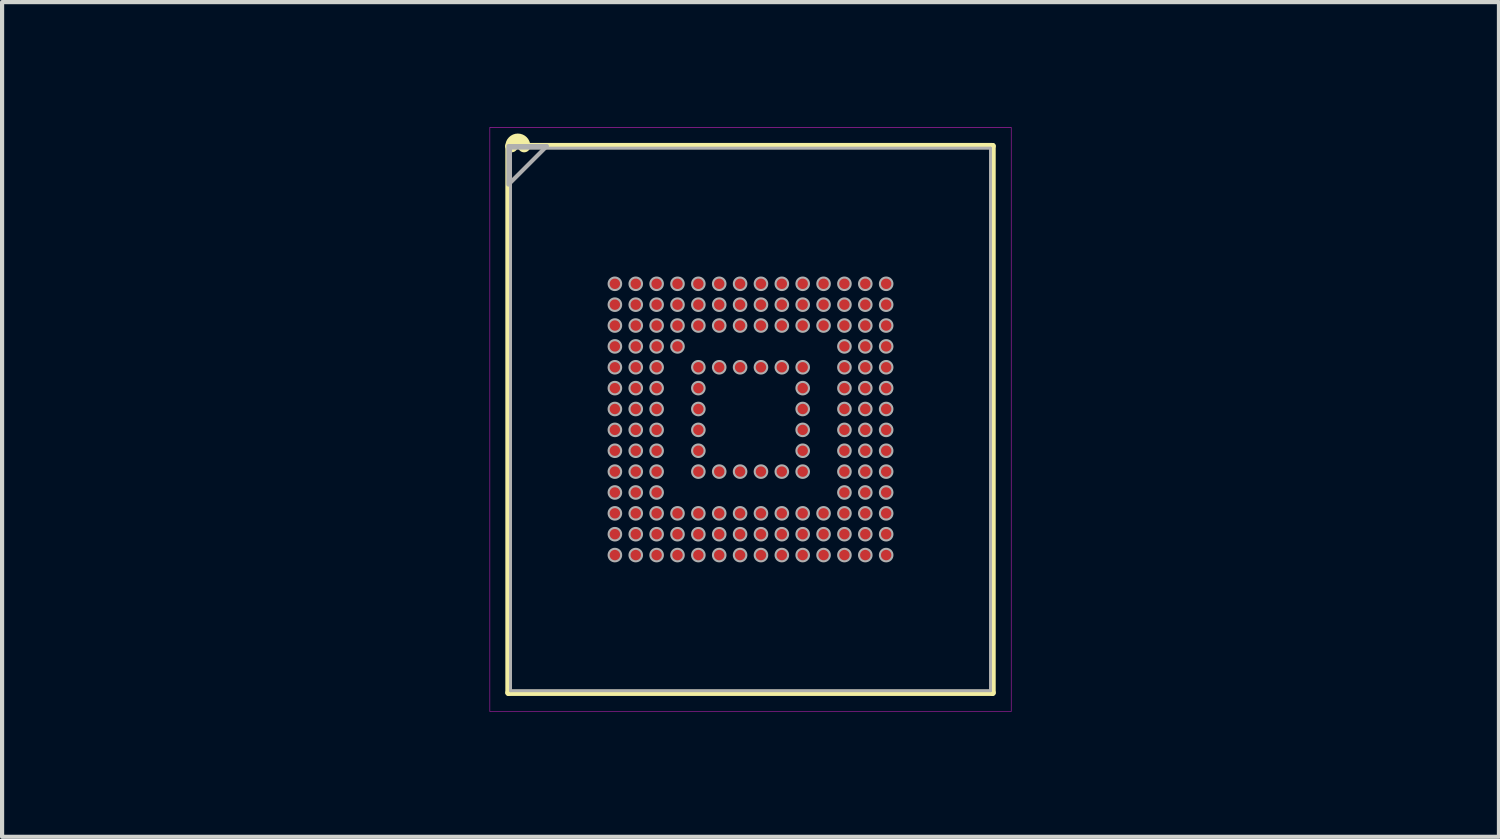
<source format=kicad_pcb>
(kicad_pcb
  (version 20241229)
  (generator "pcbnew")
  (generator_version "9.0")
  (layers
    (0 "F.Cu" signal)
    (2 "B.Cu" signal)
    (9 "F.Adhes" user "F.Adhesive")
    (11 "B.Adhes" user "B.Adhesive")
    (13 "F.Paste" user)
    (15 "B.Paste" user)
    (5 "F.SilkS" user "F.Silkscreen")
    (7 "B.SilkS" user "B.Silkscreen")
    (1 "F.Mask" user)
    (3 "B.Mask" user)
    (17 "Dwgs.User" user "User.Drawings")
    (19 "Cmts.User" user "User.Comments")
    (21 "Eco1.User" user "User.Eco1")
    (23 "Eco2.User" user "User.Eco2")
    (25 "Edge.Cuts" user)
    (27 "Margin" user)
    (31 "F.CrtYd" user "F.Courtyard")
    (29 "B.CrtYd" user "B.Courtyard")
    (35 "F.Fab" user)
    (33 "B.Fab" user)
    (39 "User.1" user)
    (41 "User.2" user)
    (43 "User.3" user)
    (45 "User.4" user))
  (footprint "BGA-153(11.5X13)(EMMC-BA)"
    (layer "F.Cu")
    (at 14.933 7)
    (property "Reference" "BGA-153(11.5X13)(EMMC-BA)" (at 0 0 0) (layer "F.Mask") (effects (font (size 1.275 1.275) (thickness 0.225))))
    (fp_line (start -5.75 -6.5) (end 5.75 -6.5) (stroke (width 0.07) (type solid)) (layer "F.Mask"))
    (fp_line (start -5.75 6.5) (end -5.75 -6.5) (stroke (width 0.07) (type solid)) (layer "F.Mask"))
    (fp_line (start -5.1 -5.8) (end -4.9 -5.6) (stroke (width 0.1) (type solid)) (layer "F.Mask"))
    (fp_line (start -4.9 -5.6) (end -4.7 -5.8) (stroke (width 0.1) (type solid)) (layer "F.Mask"))
    (fp_line (start -4.7 -5.8) (end -5.1 -5.8) (stroke (width 0.1) (type solid)) (layer "F.Mask"))
    (fp_line (start 5.75 -6.5) (end 5.75 6.5) (stroke (width 0.07) (type solid)) (layer "F.Mask"))
    (fp_line (start 5.75 6.5) (end -5.75 6.5) (stroke (width 0.07) (type solid)) (layer "F.Mask"))
    (fp_circle (center -3.25 -3.25) (end -3.148 -3.25) (stroke (width 0.203) (type solid)) (fill no) (layer "F.Mask"))
    (fp_circle (center -3.25 -2.75) (end -3.148 -2.75) (stroke (width 0.203) (type solid)) (fill no) (layer "F.Mask"))
    (fp_circle (center -3.25 -2.25) (end -3.148 -2.25) (stroke (width 0.203) (type solid)) (fill no) (layer "F.Mask"))
    (fp_circle (center -3.25 -1.75) (end -3.148 -1.75) (stroke (width 0.203) (type solid)) (fill no) (layer "F.Mask"))
    (fp_circle (center -3.25 -1.25) (end -3.148 -1.25) (stroke (width 0.203) (type solid)) (fill no) (layer "F.Mask"))
    (fp_circle (center -3.25 -0.75) (end -3.148 -0.75) (stroke (width 0.203) (type solid)) (fill no) (layer "F.Mask"))
    (fp_circle (center -3.25 -0.25) (end -3.148 -0.25) (stroke (width 0.203) (type solid)) (fill no) (layer "F.Mask"))
    (fp_circle (center -3.25 0.25) (end -3.148 0.25) (stroke (width 0.203) (type solid)) (fill no) (layer "F.Mask"))
    (fp_circle (center -3.25 0.75) (end -3.148 0.75) (stroke (width 0.203) (type solid)) (fill no) (layer "F.Mask"))
    (fp_circle (center -3.25 1.25) (end -3.148 1.25) (stroke (width 0.203) (type solid)) (fill no) (layer "F.Mask"))
    (fp_circle (center -3.25 1.75) (end -3.148 1.75) (stroke (width 0.203) (type solid)) (fill no) (layer "F.Mask"))
    (fp_circle (center -3.25 2.25) (end -3.148 2.25) (stroke (width 0.203) (type solid)) (fill no) (layer "F.Mask"))
    (fp_circle (center -3.25 2.75) (end -3.148 2.75) (stroke (width 0.203) (type solid)) (fill no) (layer "F.Mask"))
    (fp_circle (center -3.25 3.25) (end -3.148 3.25) (stroke (width 0.203) (type solid)) (fill no) (layer "F.Mask"))
    (fp_circle (center -2.75 -3.25) (end -2.648 -3.25) (stroke (width 0.203) (type solid)) (fill no) (layer "F.Mask"))
    (fp_circle (center -2.75 -2.75) (end -2.648 -2.75) (stroke (width 0.203) (type solid)) (fill no) (layer "F.Mask"))
    (fp_circle (center -2.75 -2.25) (end -2.648 -2.25) (stroke (width 0.203) (type solid)) (fill no) (layer "F.Mask"))
    (fp_circle (center -2.75 -1.75) (end -2.648 -1.75) (stroke (width 0.203) (type solid)) (fill no) (layer "F.Mask"))
    (fp_circle (center -2.75 -1.25) (end -2.648 -1.25) (stroke (width 0.203) (type solid)) (fill no) (layer "F.Mask"))
    (fp_circle (center -2.75 -0.75) (end -2.648 -0.75) (stroke (width 0.203) (type solid)) (fill no) (layer "F.Mask"))
    (fp_circle (center -2.75 -0.25) (end -2.648 -0.25) (stroke (width 0.203) (type solid)) (fill no) (layer "F.Mask"))
    (fp_circle (center -2.75 0.25) (end -2.648 0.25) (stroke (width 0.203) (type solid)) (fill no) (layer "F.Mask"))
    (fp_circle (center -2.75 0.75) (end -2.648 0.75) (stroke (width 0.203) (type solid)) (fill no) (layer "F.Mask"))
    (fp_circle (center -2.75 1.25) (end -2.648 1.25) (stroke (width 0.203) (type solid)) (fill no) (layer "F.Mask"))
    (fp_circle (center -2.75 1.75) (end -2.648 1.75) (stroke (width 0.203) (type solid)) (fill no) (layer "F.Mask"))
    (fp_circle (center -2.75 2.25) (end -2.648 2.25) (stroke (width 0.203) (type solid)) (fill no) (layer "F.Mask"))
    (fp_circle (center -2.75 2.75) (end -2.648 2.75) (stroke (width 0.203) (type solid)) (fill no) (layer "F.Mask"))
    (fp_circle (center -2.75 3.25) (end -2.648 3.25) (stroke (width 0.203) (type solid)) (fill no) (layer "F.Mask"))
    (fp_circle (center -2.25 -3.25) (end -2.148 -3.25) (stroke (width 0.203) (type solid)) (fill no) (layer "F.Mask"))
    (fp_circle (center -2.25 -2.75) (end -2.148 -2.75) (stroke (width 0.203) (type solid)) (fill no) (layer "F.Mask"))
    (fp_circle (center -2.25 -2.25) (end -2.148 -2.25) (stroke (width 0.203) (type solid)) (fill no) (layer "F.Mask"))
    (fp_circle (center -2.25 -1.75) (end -2.148 -1.75) (stroke (width 0.203) (type solid)) (fill no) (layer "F.Mask"))
    (fp_circle (center -2.25 -1.25) (end -2.148 -1.25) (stroke (width 0.203) (type solid)) (fill no) (layer "F.Mask"))
    (fp_circle (center -2.25 -0.75) (end -2.148 -0.75) (stroke (width 0.203) (type solid)) (fill no) (layer "F.Mask"))
    (fp_circle (center -2.25 -0.25) (end -2.148 -0.25) (stroke (width 0.203) (type solid)) (fill no) (layer "F.Mask"))
    (fp_circle (center -2.25 0.25) (end -2.148 0.25) (stroke (width 0.203) (type solid)) (fill no) (layer "F.Mask"))
    (fp_circle (center -2.25 0.75) (end -2.148 0.75) (stroke (width 0.203) (type solid)) (fill no) (layer "F.Mask"))
    (fp_circle (center -2.25 1.25) (end -2.148 1.25) (stroke (width 0.203) (type solid)) (fill no) (layer "F.Mask"))
    (fp_circle (center -2.25 1.75) (end -2.148 1.75) (stroke (width 0.203) (type solid)) (fill no) (layer "F.Mask"))
    (fp_circle (center -2.25 2.25) (end -2.148 2.25) (stroke (width 0.203) (type solid)) (fill no) (layer "F.Mask"))
    (fp_circle (center -2.25 2.75) (end -2.148 2.75) (stroke (width 0.203) (type solid)) (fill no) (layer "F.Mask"))
    (fp_circle (center -2.25 3.25) (end -2.148 3.25) (stroke (width 0.203) (type solid)) (fill no) (layer "F.Mask"))
    (fp_circle (center -1.75 -3.25) (end -1.648 -3.25) (stroke (width 0.203) (type solid)) (fill no) (layer "F.Mask"))
    (fp_circle (center -1.75 -2.75) (end -1.648 -2.75) (stroke (width 0.203) (type solid)) (fill no) (layer "F.Mask"))
    (fp_circle (center -1.75 -2.25) (end -1.648 -2.25) (stroke (width 0.203) (type solid)) (fill no) (layer "F.Mask"))
    (fp_circle (center -1.75 -1.75) (end -1.648 -1.75) (stroke (width 0.203) (type solid)) (fill no) (layer "F.Mask"))
    (fp_circle (center -1.75 2.25) (end -1.648 2.25) (stroke (width 0.203) (type solid)) (fill no) (layer "F.Mask"))
    (fp_circle (center -1.75 2.75) (end -1.648 2.75) (stroke (width 0.203) (type solid)) (fill no) (layer "F.Mask"))
    (fp_circle (center -1.75 3.25) (end -1.648 3.25) (stroke (width 0.203) (type solid)) (fill no) (layer "F.Mask"))
    (fp_circle (center -1.25 -3.25) (end -1.148 -3.25) (stroke (width 0.203) (type solid)) (fill no) (layer "F.Mask"))
    (fp_circle (center -1.25 -2.75) (end -1.148 -2.75) (stroke (width 0.203) (type solid)) (fill no) (layer "F.Mask"))
    (fp_circle (center -1.25 -2.25) (end -1.148 -2.25) (stroke (width 0.203) (type solid)) (fill no) (layer "F.Mask"))
    (fp_circle (center -1.25 -1.25) (end -1.148 -1.25) (stroke (width 0.203) (type solid)) (fill no) (layer "F.Mask"))
    (fp_circle (center -1.25 -0.75) (end -1.148 -0.75) (stroke (width 0.203) (type solid)) (fill no) (layer "F.Mask"))
    (fp_circle (center -1.25 -0.25) (end -1.148 -0.25) (stroke (width 0.203) (type solid)) (fill no) (layer "F.Mask"))
    (fp_circle (center -1.25 0.25) (end -1.148 0.25) (stroke (width 0.203) (type solid)) (fill no) (layer "F.Mask"))
    (fp_circle (center -1.25 0.75) (end -1.148 0.75) (stroke (width 0.203) (type solid)) (fill no) (layer "F.Mask"))
    (fp_circle (center -1.25 1.25) (end -1.148 1.25) (stroke (width 0.203) (type solid)) (fill no) (layer "F.Mask"))
    (fp_circle (center -1.25 2.25) (end -1.148 2.25) (stroke (width 0.203) (type solid)) (fill no) (layer "F.Mask"))
    (fp_circle (center -1.25 2.75) (end -1.148 2.75) (stroke (width 0.203) (type solid)) (fill no) (layer "F.Mask"))
    (fp_circle (center -1.25 3.25) (end -1.148 3.25) (stroke (width 0.203) (type solid)) (fill no) (layer "F.Mask"))
    (fp_circle (center -0.75 -3.25) (end -0.648 -3.25) (stroke (width 0.203) (type solid)) (fill no) (layer "F.Mask"))
    (fp_circle (center -0.75 -2.75) (end -0.648 -2.75) (stroke (width 0.203) (type solid)) (fill no) (layer "F.Mask"))
    (fp_circle (center -0.75 -2.25) (end -0.648 -2.25) (stroke (width 0.203) (type solid)) (fill no) (layer "F.Mask"))
    (fp_circle (center -0.75 -1.25) (end -0.648 -1.25) (stroke (width 0.203) (type solid)) (fill no) (layer "F.Mask"))
    (fp_circle (center -0.75 1.25) (end -0.648 1.25) (stroke (width 0.203) (type solid)) (fill no) (layer "F.Mask"))
    (fp_circle (center -0.75 2.25) (end -0.648 2.25) (stroke (width 0.203) (type solid)) (fill no) (layer "F.Mask"))
    (fp_circle (center -0.75 2.75) (end -0.648 2.75) (stroke (width 0.203) (type solid)) (fill no) (layer "F.Mask"))
    (fp_circle (center -0.75 3.25) (end -0.648 3.25) (stroke (width 0.203) (type solid)) (fill no) (layer "F.Mask"))
    (fp_circle (center -0.25 -3.25) (end -0.148 -3.25) (stroke (width 0.203) (type solid)) (fill no) (layer "F.Mask"))
    (fp_circle (center -0.25 -2.75) (end -0.148 -2.75) (stroke (width 0.203) (type solid)) (fill no) (layer "F.Mask"))
    (fp_circle (center -0.25 -2.25) (end -0.148 -2.25) (stroke (width 0.203) (type solid)) (fill no) (layer "F.Mask"))
    (fp_circle (center -0.25 -1.25) (end -0.148 -1.25) (stroke (width 0.203) (type solid)) (fill no) (layer "F.Mask"))
    (fp_circle (center -0.25 1.25) (end -0.148 1.25) (stroke (width 0.203) (type solid)) (fill no) (layer "F.Mask"))
    (fp_circle (center -0.25 2.25) (end -0.148 2.25) (stroke (width 0.203) (type solid)) (fill no) (layer "F.Mask"))
    (fp_circle (center -0.25 2.75) (end -0.148 2.75) (stroke (width 0.203) (type solid)) (fill no) (layer "F.Mask"))
    (fp_circle (center -0.25 3.25) (end -0.148 3.25) (stroke (width 0.203) (type solid)) (fill no) (layer "F.Mask"))
    (fp_circle (center 0.25 -3.25) (end 0.352 -3.25) (stroke (width 0.203) (type solid)) (fill no) (layer "F.Mask"))
    (fp_circle (center 0.25 -2.75) (end 0.352 -2.75) (stroke (width 0.203) (type solid)) (fill no) (layer "F.Mask"))
    (fp_circle (center 0.25 -2.25) (end 0.352 -2.25) (stroke (width 0.203) (type solid)) (fill no) (layer "F.Mask"))
    (fp_circle (center 0.25 -1.25) (end 0.352 -1.25) (stroke (width 0.203) (type solid)) (fill no) (layer "F.Mask"))
    (fp_circle (center 0.25 1.25) (end 0.352 1.25) (stroke (width 0.203) (type solid)) (fill no) (layer "F.Mask"))
    (fp_circle (center 0.25 2.25) (end 0.352 2.25) (stroke (width 0.203) (type solid)) (fill no) (layer "F.Mask"))
    (fp_circle (center 0.25 2.75) (end 0.352 2.75) (stroke (width 0.203) (type solid)) (fill no) (layer "F.Mask"))
    (fp_circle (center 0.25 3.25) (end 0.352 3.25) (stroke (width 0.203) (type solid)) (fill no) (layer "F.Mask"))
    (fp_circle (center 0.75 -3.25) (end 0.852 -3.25) (stroke (width 0.203) (type solid)) (fill no) (layer "F.Mask"))
    (fp_circle (center 0.75 -2.75) (end 0.852 -2.75) (stroke (width 0.203) (type solid)) (fill no) (layer "F.Mask"))
    (fp_circle (center 0.75 -2.25) (end 0.852 -2.25) (stroke (width 0.203) (type solid)) (fill no) (layer "F.Mask"))
    (fp_circle (center 0.75 -1.25) (end 0.852 -1.25) (stroke (width 0.203) (type solid)) (fill no) (layer "F.Mask"))
    (fp_circle (center 0.75 1.25) (end 0.852 1.25) (stroke (width 0.203) (type solid)) (fill no) (layer "F.Mask"))
    (fp_circle (center 0.75 2.25) (end 0.852 2.25) (stroke (width 0.203) (type solid)) (fill no) (layer "F.Mask"))
    (fp_circle (center 0.75 2.75) (end 0.852 2.75) (stroke (width 0.203) (type solid)) (fill no) (layer "F.Mask"))
    (fp_circle (center 0.75 3.25) (end 0.852 3.25) (stroke (width 0.203) (type solid)) (fill no) (layer "F.Mask"))
    (fp_circle (center 1.25 -3.25) (end 1.352 -3.25) (stroke (width 0.203) (type solid)) (fill no) (layer "F.Mask"))
    (fp_circle (center 1.25 -2.75) (end 1.352 -2.75) (stroke (width 0.203) (type solid)) (fill no) (layer "F.Mask"))
    (fp_circle (center 1.25 -2.25) (end 1.352 -2.25) (stroke (width 0.203) (type solid)) (fill no) (layer "F.Mask"))
    (fp_circle (center 1.25 -1.25) (end 1.352 -1.25) (stroke (width 0.203) (type solid)) (fill no) (layer "F.Mask"))
    (fp_circle (center 1.25 -0.75) (end 1.352 -0.75) (stroke (width 0.203) (type solid)) (fill no) (layer "F.Mask"))
    (fp_circle (center 1.25 -0.25) (end 1.352 -0.25) (stroke (width 0.203) (type solid)) (fill no) (layer "F.Mask"))
    (fp_circle (center 1.25 0.25) (end 1.352 0.25) (stroke (width 0.203) (type solid)) (fill no) (layer "F.Mask"))
    (fp_circle (center 1.25 0.75) (end 1.352 0.75) (stroke (width 0.203) (type solid)) (fill no) (layer "F.Mask"))
    (fp_circle (center 1.25 1.25) (end 1.352 1.25) (stroke (width 0.203) (type solid)) (fill no) (layer "F.Mask"))
    (fp_circle (center 1.25 2.25) (end 1.352 2.25) (stroke (width 0.203) (type solid)) (fill no) (layer "F.Mask"))
    (fp_circle (center 1.25 2.75) (end 1.352 2.75) (stroke (width 0.203) (type solid)) (fill no) (layer "F.Mask"))
    (fp_circle (center 1.25 3.25) (end 1.352 3.25) (stroke (width 0.203) (type solid)) (fill no) (layer "F.Mask"))
    (fp_circle (center 1.75 -3.25) (end 1.852 -3.25) (stroke (width 0.203) (type solid)) (fill no) (layer "F.Mask"))
    (fp_circle (center 1.75 -2.75) (end 1.852 -2.75) (stroke (width 0.203) (type solid)) (fill no) (layer "F.Mask"))
    (fp_circle (center 1.75 -2.25) (end 1.852 -2.25) (stroke (width 0.203) (type solid)) (fill no) (layer "F.Mask"))
    (fp_circle (center 1.75 2.25) (end 1.852 2.25) (stroke (width 0.203) (type solid)) (fill no) (layer "F.Mask"))
    (fp_circle (center 1.75 2.75) (end 1.852 2.75) (stroke (width 0.203) (type solid)) (fill no) (layer "F.Mask"))
    (fp_circle (center 1.75 3.25) (end 1.852 3.25) (stroke (width 0.203) (type solid)) (fill no) (layer "F.Mask"))
    (fp_circle (center 2.25 -3.25) (end 2.352 -3.25) (stroke (width 0.203) (type solid)) (fill no) (layer "F.Mask"))
    (fp_circle (center 2.25 -2.75) (end 2.352 -2.75) (stroke (width 0.203) (type solid)) (fill no) (layer "F.Mask"))
    (fp_circle (center 2.25 -2.25) (end 2.352 -2.25) (stroke (width 0.203) (type solid)) (fill no) (layer "F.Mask"))
    (fp_circle (center 2.25 -1.75) (end 2.352 -1.75) (stroke (width 0.203) (type solid)) (fill no) (layer "F.Mask"))
    (fp_circle (center 2.25 -1.25) (end 2.352 -1.25) (stroke (width 0.203) (type solid)) (fill no) (layer "F.Mask"))
    (fp_circle (center 2.25 -0.75) (end 2.352 -0.75) (stroke (width 0.203) (type solid)) (fill no) (layer "F.Mask"))
    (fp_circle (center 2.25 -0.25) (end 2.352 -0.25) (stroke (width 0.203) (type solid)) (fill no) (layer "F.Mask"))
    (fp_circle (center 2.25 0.25) (end 2.352 0.25) (stroke (width 0.203) (type solid)) (fill no) (layer "F.Mask"))
    (fp_circle (center 2.25 0.75) (end 2.352 0.75) (stroke (width 0.203) (type solid)) (fill no) (layer "F.Mask"))
    (fp_circle (center 2.25 1.25) (end 2.352 1.25) (stroke (width 0.203) (type solid)) (fill no) (layer "F.Mask"))
    (fp_circle (center 2.25 1.75) (end 2.352 1.75) (stroke (width 0.203) (type solid)) (fill no) (layer "F.Mask"))
    (fp_circle (center 2.25 2.25) (end 2.352 2.25) (stroke (width 0.203) (type solid)) (fill no) (layer "F.Mask"))
    (fp_circle (center 2.25 2.75) (end 2.352 2.75) (stroke (width 0.203) (type solid)) (fill no) (layer "F.Mask"))
    (fp_circle (center 2.25 3.25) (end 2.352 3.25) (stroke (width 0.203) (type solid)) (fill no) (layer "F.Mask"))
    (fp_circle (center 2.75 -3.25) (end 2.852 -3.25) (stroke (width 0.203) (type solid)) (fill no) (layer "F.Mask"))
    (fp_circle (center 2.75 -2.75) (end 2.852 -2.75) (stroke (width 0.203) (type solid)) (fill no) (layer "F.Mask"))
    (fp_circle (center 2.75 -2.25) (end 2.852 -2.25) (stroke (width 0.203) (type solid)) (fill no) (layer "F.Mask"))
    (fp_circle (center 2.75 -1.75) (end 2.852 -1.75) (stroke (width 0.203) (type solid)) (fill no) (layer "F.Mask"))
    (fp_circle (center 2.75 -1.25) (end 2.852 -1.25) (stroke (width 0.203) (type solid)) (fill no) (layer "F.Mask"))
    (fp_circle (center 2.75 -0.75) (end 2.852 -0.75) (stroke (width 0.203) (type solid)) (fill no) (layer "F.Mask"))
    (fp_circle (center 2.75 -0.25) (end 2.852 -0.25) (stroke (width 0.203) (type solid)) (fill no) (layer "F.Mask"))
    (fp_circle (center 2.75 0.25) (end 2.852 0.25) (stroke (width 0.203) (type solid)) (fill no) (layer "F.Mask"))
    (fp_circle (center 2.75 0.75) (end 2.852 0.75) (stroke (width 0.203) (type solid)) (fill no) (layer "F.Mask"))
    (fp_circle (center 2.75 1.25) (end 2.852 1.25) (stroke (width 0.203) (type solid)) (fill no) (layer "F.Mask"))
    (fp_circle (center 2.75 1.75) (end 2.852 1.75) (stroke (width 0.203) (type solid)) (fill no) (layer "F.Mask"))
    (fp_circle (center 2.75 2.25) (end 2.852 2.25) (stroke (width 0.203) (type solid)) (fill no) (layer "F.Mask"))
    (fp_circle (center 2.75 2.75) (end 2.852 2.75) (stroke (width 0.203) (type solid)) (fill no) (layer "F.Mask"))
    (fp_circle (center 2.75 3.25) (end 2.852 3.25) (stroke (width 0.203) (type solid)) (fill no) (layer "F.Mask"))
    (fp_circle (center 3.25 -3.25) (end 3.352 -3.25) (stroke (width 0.203) (type solid)) (fill no) (layer "F.Mask"))
    (fp_circle (center 3.25 -2.75) (end 3.352 -2.75) (stroke (width 0.203) (type solid)) (fill no) (layer "F.Mask"))
    (fp_circle (center 3.25 -2.25) (end 3.352 -2.25) (stroke (width 0.203) (type solid)) (fill no) (layer "F.Mask"))
    (fp_circle (center 3.25 -1.75) (end 3.352 -1.75) (stroke (width 0.203) (type solid)) (fill no) (layer "F.Mask"))
    (fp_circle (center 3.25 -1.25) (end 3.352 -1.25) (stroke (width 0.203) (type solid)) (fill no) (layer "F.Mask"))
    (fp_circle (center 3.25 -0.75) (end 3.352 -0.75) (stroke (width 0.203) (type solid)) (fill no) (layer "F.Mask"))
    (fp_circle (center 3.25 -0.25) (end 3.352 -0.25) (stroke (width 0.203) (type solid)) (fill no) (layer "F.Mask"))
    (fp_circle (center 3.25 0.25) (end 3.352 0.25) (stroke (width 0.203) (type solid)) (fill no) (layer "F.Mask"))
    (fp_circle (center 3.25 0.75) (end 3.352 0.75) (stroke (width 0.203) (type solid)) (fill no) (layer "F.Mask"))
    (fp_circle (center 3.25 1.25) (end 3.352 1.25) (stroke (width 0.203) (type solid)) (fill no) (layer "F.Mask"))
    (fp_circle (center 3.25 1.75) (end 3.352 1.75) (stroke (width 0.203) (type solid)) (fill no) (layer "F.Mask"))
    (fp_circle (center 3.25 2.25) (end 3.352 2.25) (stroke (width 0.203) (type solid)) (fill no) (layer "F.Mask"))
    (fp_circle (center 3.25 2.75) (end 3.352 2.75) (stroke (width 0.203) (type solid)) (fill no) (layer "F.Mask"))
    (fp_circle (center 3.25 3.25) (end 3.352 3.25) (stroke (width 0.203) (type solid)) (fill no) (layer "F.Mask"))
    (fp_poly (pts (xy -5.8 -5.629) (xy -5.8 -6.55) (xy -4.879 -6.55)) (stroke (width 0) (type solid)) (fill yes) (layer "F.Mask"))
    (fp_line (start -5.8 -6.55) (end -5.725 -6.55) (stroke (width 0.15) (type solid)) (layer "F.SilkS"))
    (fp_line (start -5.8 6.55) (end -5.8 -6.55) (stroke (width 0.15) (type solid)) (layer "F.SilkS"))
    (fp_line (start -5.725 -6.55) (end -5.425 -6.55) (stroke (width 0.15) (type solid)) (layer "F.SilkS"))
    (fp_line (start -5.425 -6.55) (end 5.8 -6.55) (stroke (width 0.15) (type solid)) (layer "F.SilkS"))
    (fp_line (start 5.8 -6.55) (end 5.8 6.55) (stroke (width 0.15) (type solid)) (layer "F.SilkS"))
    (fp_line (start 5.8 6.55) (end -5.8 6.55) (stroke (width 0.15) (type solid)) (layer "F.SilkS"))
    (fp_arc (start -5.725 -6.55) (mid -5.575 -6.7) (end -5.425 -6.55) (stroke (width 0.3) (type solid)) (layer "F.SilkS"))
    (fp_line (start -6.245 -6.995) (end -6.245 6.995) (stroke (width 0.01) (type solid)) (layer "F.CrtYd"))
    (fp_line (start -6.245 6.995) (end 6.245 6.995) (stroke (width 0.01) (type solid)) (layer "F.CrtYd"))
    (fp_line (start 6.245 -6.995) (end -6.245 -6.995) (stroke (width 0.01) (type solid)) (layer "F.CrtYd"))
    (fp_line (start 6.245 6.995) (end 6.245 -6.995) (stroke (width 0.01) (type solid)) (layer "F.CrtYd"))
    (fp_line (start -5.75 -6.5) (end 5.75 -6.5) (stroke (width 0.07) (type solid)) (layer "F.Fab"))
    (fp_line (start -5.75 6.5) (end -5.75 -6.5) (stroke (width 0.07) (type solid)) (layer "F.Fab"))
    (fp_line (start 5.75 -6.5) (end 5.75 6.5) (stroke (width 0.07) (type solid)) (layer "F.Fab"))
    (fp_line (start 5.75 6.5) (end -5.75 6.5) (stroke (width 0.07) (type solid)) (layer "F.Fab"))
    (fp_circle (center -3.25 -3.25) (end -3.1 -3.25) (stroke (width 0.05) (type solid)) (fill no) (layer "F.Fab"))
    (fp_circle (center -3.25 -2.75) (end -3.1 -2.75) (stroke (width 0.05) (type solid)) (fill no) (layer "F.Fab"))
    (fp_circle (center -3.25 -2.25) (end -3.1 -2.25) (stroke (width 0.05) (type solid)) (fill no) (layer "F.Fab"))
    (fp_circle (center -3.25 -1.75) (end -3.1 -1.75) (stroke (width 0.05) (type solid)) (fill no) (layer "F.Fab"))
    (fp_circle (center -3.25 -1.25) (end -3.1 -1.25) (stroke (width 0.05) (type solid)) (fill no) (layer "F.Fab"))
    (fp_circle (center -3.25 -0.75) (end -3.1 -0.75) (stroke (width 0.05) (type solid)) (fill no) (layer "F.Fab"))
    (fp_circle (center -3.25 -0.25) (end -3.1 -0.25) (stroke (width 0.05) (type solid)) (fill no) (layer "F.Fab"))
    (fp_circle (center -3.25 0.25) (end -3.1 0.25) (stroke (width 0.05) (type solid)) (fill no) (layer "F.Fab"))
    (fp_circle (center -3.25 0.75) (end -3.1 0.75) (stroke (width 0.05) (type solid)) (fill no) (layer "F.Fab"))
    (fp_circle (center -3.25 1.25) (end -3.1 1.25) (stroke (width 0.05) (type solid)) (fill no) (layer "F.Fab"))
    (fp_circle (center -3.25 1.75) (end -3.1 1.75) (stroke (width 0.05) (type solid)) (fill no) (layer "F.Fab"))
    (fp_circle (center -3.25 2.25) (end -3.1 2.25) (stroke (width 0.05) (type solid)) (fill no) (layer "F.Fab"))
    (fp_circle (center -3.25 2.75) (end -3.1 2.75) (stroke (width 0.05) (type solid)) (fill no) (layer "F.Fab"))
    (fp_circle (center -3.25 3.25) (end -3.1 3.25) (stroke (width 0.05) (type solid)) (fill no) (layer "F.Fab"))
    (fp_circle (center -2.75 -3.25) (end -2.6 -3.25) (stroke (width 0.05) (type solid)) (fill no) (layer "F.Fab"))
    (fp_circle (center -2.75 -2.75) (end -2.6 -2.75) (stroke (width 0.05) (type solid)) (fill no) (layer "F.Fab"))
    (fp_circle (center -2.75 -2.25) (end -2.6 -2.25) (stroke (width 0.05) (type solid)) (fill no) (layer "F.Fab"))
    (fp_circle (center -2.75 -1.75) (end -2.6 -1.75) (stroke (width 0.05) (type solid)) (fill no) (layer "F.Fab"))
    (fp_circle (center -2.75 -1.25) (end -2.6 -1.25) (stroke (width 0.05) (type solid)) (fill no) (layer "F.Fab"))
    (fp_circle (center -2.75 -0.75) (end -2.6 -0.75) (stroke (width 0.05) (type solid)) (fill no) (layer "F.Fab"))
    (fp_circle (center -2.75 -0.25) (end -2.6 -0.25) (stroke (width 0.05) (type solid)) (fill no) (layer "F.Fab"))
    (fp_circle (center -2.75 0.25) (end -2.6 0.25) (stroke (width 0.05) (type solid)) (fill no) (layer "F.Fab"))
    (fp_circle (center -2.75 0.75) (end -2.6 0.75) (stroke (width 0.05) (type solid)) (fill no) (layer "F.Fab"))
    (fp_circle (center -2.75 1.25) (end -2.6 1.25) (stroke (width 0.05) (type solid)) (fill no) (layer "F.Fab"))
    (fp_circle (center -2.75 1.75) (end -2.6 1.75) (stroke (width 0.05) (type solid)) (fill no) (layer "F.Fab"))
    (fp_circle (center -2.75 2.25) (end -2.6 2.25) (stroke (width 0.05) (type solid)) (fill no) (layer "F.Fab"))
    (fp_circle (center -2.75 2.75) (end -2.6 2.75) (stroke (width 0.05) (type solid)) (fill no) (layer "F.Fab"))
    (fp_circle (center -2.75 3.25) (end -2.6 3.25) (stroke (width 0.05) (type solid)) (fill no) (layer "F.Fab"))
    (fp_circle (center -2.25 -3.25) (end -2.1 -3.25) (stroke (width 0.05) (type solid)) (fill no) (layer "F.Fab"))
    (fp_circle (center -2.25 -2.75) (end -2.1 -2.75) (stroke (width 0.05) (type solid)) (fill no) (layer "F.Fab"))
    (fp_circle (center -2.25 -2.25) (end -2.1 -2.25) (stroke (width 0.05) (type solid)) (fill no) (layer "F.Fab"))
    (fp_circle (center -2.25 -1.75) (end -2.1 -1.75) (stroke (width 0.05) (type solid)) (fill no) (layer "F.Fab"))
    (fp_circle (center -2.25 -1.25) (end -2.1 -1.25) (stroke (width 0.05) (type solid)) (fill no) (layer "F.Fab"))
    (fp_circle (center -2.25 -0.75) (end -2.1 -0.75) (stroke (width 0.05) (type solid)) (fill no) (layer "F.Fab"))
    (fp_circle (center -2.25 -0.25) (end -2.1 -0.25) (stroke (width 0.05) (type solid)) (fill no) (layer "F.Fab"))
    (fp_circle (center -2.25 0.25) (end -2.1 0.25) (stroke (width 0.05) (type solid)) (fill no) (layer "F.Fab"))
    (fp_circle (center -2.25 0.75) (end -2.1 0.75) (stroke (width 0.05) (type solid)) (fill no) (layer "F.Fab"))
    (fp_circle (center -2.25 1.25) (end -2.1 1.25) (stroke (width 0.05) (type solid)) (fill no) (layer "F.Fab"))
    (fp_circle (center -2.25 1.75) (end -2.1 1.75) (stroke (width 0.05) (type solid)) (fill no) (layer "F.Fab"))
    (fp_circle (center -2.25 2.25) (end -2.1 2.25) (stroke (width 0.05) (type solid)) (fill no) (layer "F.Fab"))
    (fp_circle (center -2.25 2.75) (end -2.1 2.75) (stroke (width 0.05) (type solid)) (fill no) (layer "F.Fab"))
    (fp_circle (center -2.25 3.25) (end -2.1 3.25) (stroke (width 0.05) (type solid)) (fill no) (layer "F.Fab"))
    (fp_circle (center -1.75 -3.25) (end -1.6 -3.25) (stroke (width 0.05) (type solid)) (fill no) (layer "F.Fab"))
    (fp_circle (center -1.75 -2.75) (end -1.6 -2.75) (stroke (width 0.05) (type solid)) (fill no) (layer "F.Fab"))
    (fp_circle (center -1.75 -2.25) (end -1.6 -2.25) (stroke (width 0.05) (type solid)) (fill no) (layer "F.Fab"))
    (fp_circle (center -1.75 -1.75) (end -1.6 -1.75) (stroke (width 0.05) (type solid)) (fill no) (layer "F.Fab"))
    (fp_circle (center -1.75 2.25) (end -1.6 2.25) (stroke (width 0.05) (type solid)) (fill no) (layer "F.Fab"))
    (fp_circle (center -1.75 2.75) (end -1.6 2.75) (stroke (width 0.05) (type solid)) (fill no) (layer "F.Fab"))
    (fp_circle (center -1.75 3.25) (end -1.6 3.25) (stroke (width 0.05) (type solid)) (fill no) (layer "F.Fab"))
    (fp_circle (center -1.25 -3.25) (end -1.1 -3.25) (stroke (width 0.05) (type solid)) (fill no) (layer "F.Fab"))
    (fp_circle (center -1.25 -2.75) (end -1.1 -2.75) (stroke (width 0.05) (type solid)) (fill no) (layer "F.Fab"))
    (fp_circle (center -1.25 -2.25) (end -1.1 -2.25) (stroke (width 0.05) (type solid)) (fill no) (layer "F.Fab"))
    (fp_circle (center -1.25 -1.25) (end -1.1 -1.25) (stroke (width 0.05) (type solid)) (fill no) (layer "F.Fab"))
    (fp_circle (center -1.25 -0.75) (end -1.1 -0.75) (stroke (width 0.05) (type solid)) (fill no) (layer "F.Fab"))
    (fp_circle (center -1.25 -0.25) (end -1.1 -0.25) (stroke (width 0.05) (type solid)) (fill no) (layer "F.Fab"))
    (fp_circle (center -1.25 0.25) (end -1.1 0.25) (stroke (width 0.05) (type solid)) (fill no) (layer "F.Fab"))
    (fp_circle (center -1.25 0.75) (end -1.1 0.75) (stroke (width 0.05) (type solid)) (fill no) (layer "F.Fab"))
    (fp_circle (center -1.25 1.25) (end -1.1 1.25) (stroke (width 0.05) (type solid)) (fill no) (layer "F.Fab"))
    (fp_circle (center -1.25 2.25) (end -1.1 2.25) (stroke (width 0.05) (type solid)) (fill no) (layer "F.Fab"))
    (fp_circle (center -1.25 2.75) (end -1.1 2.75) (stroke (width 0.05) (type solid)) (fill no) (layer "F.Fab"))
    (fp_circle (center -1.25 3.25) (end -1.1 3.25) (stroke (width 0.05) (type solid)) (fill no) (layer "F.Fab"))
    (fp_circle (center -0.75 -3.25) (end -0.6 -3.25) (stroke (width 0.05) (type solid)) (fill no) (layer "F.Fab"))
    (fp_circle (center -0.75 -2.75) (end -0.6 -2.75) (stroke (width 0.05) (type solid)) (fill no) (layer "F.Fab"))
    (fp_circle (center -0.75 -2.25) (end -0.6 -2.25) (stroke (width 0.05) (type solid)) (fill no) (layer "F.Fab"))
    (fp_circle (center -0.75 -1.25) (end -0.6 -1.25) (stroke (width 0.05) (type solid)) (fill no) (layer "F.Fab"))
    (fp_circle (center -0.75 1.25) (end -0.6 1.25) (stroke (width 0.05) (type solid)) (fill no) (layer "F.Fab"))
    (fp_circle (center -0.75 2.25) (end -0.6 2.25) (stroke (width 0.05) (type solid)) (fill no) (layer "F.Fab"))
    (fp_circle (center -0.75 2.75) (end -0.6 2.75) (stroke (width 0.05) (type solid)) (fill no) (layer "F.Fab"))
    (fp_circle (center -0.75 3.25) (end -0.6 3.25) (stroke (width 0.05) (type solid)) (fill no) (layer "F.Fab"))
    (fp_circle (center -0.25 -3.25) (end -0.1 -3.25) (stroke (width 0.05) (type solid)) (fill no) (layer "F.Fab"))
    (fp_circle (center -0.25 -2.75) (end -0.1 -2.75) (stroke (width 0.05) (type solid)) (fill no) (layer "F.Fab"))
    (fp_circle (center -0.25 -2.25) (end -0.1 -2.25) (stroke (width 0.05) (type solid)) (fill no) (layer "F.Fab"))
    (fp_circle (center -0.25 -1.25) (end -0.1 -1.25) (stroke (width 0.05) (type solid)) (fill no) (layer "F.Fab"))
    (fp_circle (center -0.25 1.25) (end -0.1 1.25) (stroke (width 0.05) (type solid)) (fill no) (layer "F.Fab"))
    (fp_circle (center -0.25 2.25) (end -0.1 2.25) (stroke (width 0.05) (type solid)) (fill no) (layer "F.Fab"))
    (fp_circle (center -0.25 2.75) (end -0.1 2.75) (stroke (width 0.05) (type solid)) (fill no) (layer "F.Fab"))
    (fp_circle (center -0.25 3.25) (end -0.1 3.25) (stroke (width 0.05) (type solid)) (fill no) (layer "F.Fab"))
    (fp_circle (center 0.25 -3.25) (end 0.4 -3.25) (stroke (width 0.05) (type solid)) (fill no) (layer "F.Fab"))
    (fp_circle (center 0.25 -2.75) (end 0.4 -2.75) (stroke (width 0.05) (type solid)) (fill no) (layer "F.Fab"))
    (fp_circle (center 0.25 -2.25) (end 0.4 -2.25) (stroke (width 0.05) (type solid)) (fill no) (layer "F.Fab"))
    (fp_circle (center 0.25 -1.25) (end 0.4 -1.25) (stroke (width 0.05) (type solid)) (fill no) (layer "F.Fab"))
    (fp_circle (center 0.25 1.25) (end 0.4 1.25) (stroke (width 0.05) (type solid)) (fill no) (layer "F.Fab"))
    (fp_circle (center 0.25 2.25) (end 0.4 2.25) (stroke (width 0.05) (type solid)) (fill no) (layer "F.Fab"))
    (fp_circle (center 0.25 2.75) (end 0.4 2.75) (stroke (width 0.05) (type solid)) (fill no) (layer "F.Fab"))
    (fp_circle (center 0.25 3.25) (end 0.4 3.25) (stroke (width 0.05) (type solid)) (fill no) (layer "F.Fab"))
    (fp_circle (center 0.75 -3.25) (end 0.9 -3.25) (stroke (width 0.05) (type solid)) (fill no) (layer "F.Fab"))
    (fp_circle (center 0.75 -2.75) (end 0.9 -2.75) (stroke (width 0.05) (type solid)) (fill no) (layer "F.Fab"))
    (fp_circle (center 0.75 -2.25) (end 0.9 -2.25) (stroke (width 0.05) (type solid)) (fill no) (layer "F.Fab"))
    (fp_circle (center 0.75 -1.25) (end 0.9 -1.25) (stroke (width 0.05) (type solid)) (fill no) (layer "F.Fab"))
    (fp_circle (center 0.75 1.25) (end 0.9 1.25) (stroke (width 0.05) (type solid)) (fill no) (layer "F.Fab"))
    (fp_circle (center 0.75 2.25) (end 0.9 2.25) (stroke (width 0.05) (type solid)) (fill no) (layer "F.Fab"))
    (fp_circle (center 0.75 2.75) (end 0.9 2.75) (stroke (width 0.05) (type solid)) (fill no) (layer "F.Fab"))
    (fp_circle (center 0.75 3.25) (end 0.9 3.25) (stroke (width 0.05) (type solid)) (fill no) (layer "F.Fab"))
    (fp_circle (center 1.25 -3.25) (end 1.4 -3.25) (stroke (width 0.05) (type solid)) (fill no) (layer "F.Fab"))
    (fp_circle (center 1.25 -2.75) (end 1.4 -2.75) (stroke (width 0.05) (type solid)) (fill no) (layer "F.Fab"))
    (fp_circle (center 1.25 -2.25) (end 1.4 -2.25) (stroke (width 0.05) (type solid)) (fill no) (layer "F.Fab"))
    (fp_circle (center 1.25 -1.25) (end 1.4 -1.25) (stroke (width 0.05) (type solid)) (fill no) (layer "F.Fab"))
    (fp_circle (center 1.25 -0.75) (end 1.4 -0.75) (stroke (width 0.05) (type solid)) (fill no) (layer "F.Fab"))
    (fp_circle (center 1.25 -0.25) (end 1.4 -0.25) (stroke (width 0.05) (type solid)) (fill no) (layer "F.Fab"))
    (fp_circle (center 1.25 0.25) (end 1.4 0.25) (stroke (width 0.05) (type solid)) (fill no) (layer "F.Fab"))
    (fp_circle (center 1.25 0.75) (end 1.4 0.75) (stroke (width 0.05) (type solid)) (fill no) (layer "F.Fab"))
    (fp_circle (center 1.25 1.25) (end 1.4 1.25) (stroke (width 0.05) (type solid)) (fill no) (layer "F.Fab"))
    (fp_circle (center 1.25 2.25) (end 1.4 2.25) (stroke (width 0.05) (type solid)) (fill no) (layer "F.Fab"))
    (fp_circle (center 1.25 2.75) (end 1.4 2.75) (stroke (width 0.05) (type solid)) (fill no) (layer "F.Fab"))
    (fp_circle (center 1.25 3.25) (end 1.4 3.25) (stroke (width 0.05) (type solid)) (fill no) (layer "F.Fab"))
    (fp_circle (center 1.75 -3.25) (end 1.9 -3.25) (stroke (width 0.05) (type solid)) (fill no) (layer "F.Fab"))
    (fp_circle (center 1.75 -2.75) (end 1.9 -2.75) (stroke (width 0.05) (type solid)) (fill no) (layer "F.Fab"))
    (fp_circle (center 1.75 -2.25) (end 1.9 -2.25) (stroke (width 0.05) (type solid)) (fill no) (layer "F.Fab"))
    (fp_circle (center 1.75 2.25) (end 1.9 2.25) (stroke (width 0.05) (type solid)) (fill no) (layer "F.Fab"))
    (fp_circle (center 1.75 2.75) (end 1.9 2.75) (stroke (width 0.05) (type solid)) (fill no) (layer "F.Fab"))
    (fp_circle (center 1.75 3.25) (end 1.9 3.25) (stroke (width 0.05) (type solid)) (fill no) (layer "F.Fab"))
    (fp_circle (center 2.25 -3.25) (end 2.4 -3.25) (stroke (width 0.05) (type solid)) (fill no) (layer "F.Fab"))
    (fp_circle (center 2.25 -2.75) (end 2.4 -2.75) (stroke (width 0.05) (type solid)) (fill no) (layer "F.Fab"))
    (fp_circle (center 2.25 -2.25) (end 2.4 -2.25) (stroke (width 0.05) (type solid)) (fill no) (layer "F.Fab"))
    (fp_circle (center 2.25 -1.75) (end 2.4 -1.75) (stroke (width 0.05) (type solid)) (fill no) (layer "F.Fab"))
    (fp_circle (center 2.25 -1.25) (end 2.4 -1.25) (stroke (width 0.05) (type solid)) (fill no) (layer "F.Fab"))
    (fp_circle (center 2.25 -0.75) (end 2.4 -0.75) (stroke (width 0.05) (type solid)) (fill no) (layer "F.Fab"))
    (fp_circle (center 2.25 -0.25) (end 2.4 -0.25) (stroke (width 0.05) (type solid)) (fill no) (layer "F.Fab"))
    (fp_circle (center 2.25 0.25) (end 2.4 0.25) (stroke (width 0.05) (type solid)) (fill no) (layer "F.Fab"))
    (fp_circle (center 2.25 0.75) (end 2.4 0.75) (stroke (width 0.05) (type solid)) (fill no) (layer "F.Fab"))
    (fp_circle (center 2.25 1.25) (end 2.4 1.25) (stroke (width 0.05) (type solid)) (fill no) (layer "F.Fab"))
    (fp_circle (center 2.25 1.75) (end 2.4 1.75) (stroke (width 0.05) (type solid)) (fill no) (layer "F.Fab"))
    (fp_circle (center 2.25 2.25) (end 2.4 2.25) (stroke (width 0.05) (type solid)) (fill no) (layer "F.Fab"))
    (fp_circle (center 2.25 2.75) (end 2.4 2.75) (stroke (width 0.05) (type solid)) (fill no) (layer "F.Fab"))
    (fp_circle (center 2.25 3.25) (end 2.4 3.25) (stroke (width 0.05) (type solid)) (fill no) (layer "F.Fab"))
    (fp_circle (center 2.75 -3.25) (end 2.9 -3.25) (stroke (width 0.05) (type solid)) (fill no) (layer "F.Fab"))
    (fp_circle (center 2.75 -2.75) (end 2.9 -2.75) (stroke (width 0.05) (type solid)) (fill no) (layer "F.Fab"))
    (fp_circle (center 2.75 -2.25) (end 2.9 -2.25) (stroke (width 0.05) (type solid)) (fill no) (layer "F.Fab"))
    (fp_circle (center 2.75 -1.75) (end 2.9 -1.75) (stroke (width 0.05) (type solid)) (fill no) (layer "F.Fab"))
    (fp_circle (center 2.75 -1.25) (end 2.9 -1.25) (stroke (width 0.05) (type solid)) (fill no) (layer "F.Fab"))
    (fp_circle (center 2.75 -0.75) (end 2.9 -0.75) (stroke (width 0.05) (type solid)) (fill no) (layer "F.Fab"))
    (fp_circle (center 2.75 -0.25) (end 2.9 -0.25) (stroke (width 0.05) (type solid)) (fill no) (layer "F.Fab"))
    (fp_circle (center 2.75 0.25) (end 2.9 0.25) (stroke (width 0.05) (type solid)) (fill no) (layer "F.Fab"))
    (fp_circle (center 2.75 0.75) (end 2.9 0.75) (stroke (width 0.05) (type solid)) (fill no) (layer "F.Fab"))
    (fp_circle (center 2.75 1.25) (end 2.9 1.25) (stroke (width 0.05) (type solid)) (fill no) (layer "F.Fab"))
    (fp_circle (center 2.75 1.75) (end 2.9 1.75) (stroke (width 0.05) (type solid)) (fill no) (layer "F.Fab"))
    (fp_circle (center 2.75 2.25) (end 2.9 2.25) (stroke (width 0.05) (type solid)) (fill no) (layer "F.Fab"))
    (fp_circle (center 2.75 2.75) (end 2.9 2.75) (stroke (width 0.05) (type solid)) (fill no) (layer "F.Fab"))
    (fp_circle (center 2.75 3.25) (end 2.9 3.25) (stroke (width 0.05) (type solid)) (fill no) (layer "F.Fab"))
    (fp_circle (center 3.25 -3.25) (end 3.4 -3.25) (stroke (width 0.05) (type solid)) (fill no) (layer "F.Fab"))
    (fp_circle (center 3.25 -2.75) (end 3.4 -2.75) (stroke (width 0.05) (type solid)) (fill no) (layer "F.Fab"))
    (fp_circle (center 3.25 -2.25) (end 3.4 -2.25) (stroke (width 0.05) (type solid)) (fill no) (layer "F.Fab"))
    (fp_circle (center 3.25 -1.75) (end 3.4 -1.75) (stroke (width 0.05) (type solid)) (fill no) (layer "F.Fab"))
    (fp_circle (center 3.25 -1.25) (end 3.4 -1.25) (stroke (width 0.05) (type solid)) (fill no) (layer "F.Fab"))
    (fp_circle (center 3.25 -0.75) (end 3.4 -0.75) (stroke (width 0.05) (type solid)) (fill no) (layer "F.Fab"))
    (fp_circle (center 3.25 -0.25) (end 3.4 -0.25) (stroke (width 0.05) (type solid)) (fill no) (layer "F.Fab"))
    (fp_circle (center 3.25 0.25) (end 3.4 0.25) (stroke (width 0.05) (type solid)) (fill no) (layer "F.Fab"))
    (fp_circle (center 3.25 0.75) (end 3.4 0.75) (stroke (width 0.05) (type solid)) (fill no) (layer "F.Fab"))
    (fp_circle (center 3.25 1.25) (end 3.4 1.25) (stroke (width 0.05) (type solid)) (fill no) (layer "F.Fab"))
    (fp_circle (center 3.25 1.75) (end 3.4 1.75) (stroke (width 0.05) (type solid)) (fill no) (layer "F.Fab"))
    (fp_circle (center 3.25 2.25) (end 3.4 2.25) (stroke (width 0.05) (type solid)) (fill no) (layer "F.Fab"))
    (fp_circle (center 3.25 2.75) (end 3.4 2.75) (stroke (width 0.05) (type solid)) (fill no) (layer "F.Fab"))
    (fp_circle (center 3.25 3.25) (end 3.4 3.25) (stroke (width 0.05) (type solid)) (fill no) (layer "F.Fab"))
    (fp_poly (pts (xy -5.8 -5.629) (xy -5.8 -6.55) (xy -4.879 -6.55)) (stroke (width 0.1) (type solid)) (fill no) (layer "F.Fab"))
    (pad "A1" smd roundrect (at -3.25 -3.25) (size 0.28 0.28) (layers "F.Cu" "F.Paste") (roundrect_rratio 0.5))
    (pad "A2" smd roundrect (at -2.75 -3.25) (size 0.28 0.28) (layers "F.Cu" "F.Paste") (roundrect_rratio 0.5))
    (pad "A3" smd roundrect (at -2.25 -3.25) (size 0.28 0.28) (layers "F.Cu" "F.Paste") (roundrect_rratio 0.5))
    (pad "A4" smd roundrect (at -1.75 -3.25) (size 0.28 0.28) (layers "F.Cu" "F.Paste") (roundrect_rratio 0.5))
    (pad "A5" smd roundrect (at -1.25 -3.25) (size 0.28 0.28) (layers "F.Cu" "F.Paste") (roundrect_rratio 0.5))
    (pad "A6" smd roundrect (at -0.75 -3.25) (size 0.28 0.28) (layers "F.Cu" "F.Paste") (roundrect_rratio 0.5))
    (pad "A7" smd roundrect (at -0.25 -3.25) (size 0.28 0.28) (layers "F.Cu" "F.Paste") (roundrect_rratio 0.5))
    (pad "A8" smd roundrect (at 0.25 -3.25) (size 0.28 0.28) (layers "F.Cu" "F.Paste") (roundrect_rratio 0.5))
    (pad "A9" smd roundrect (at 0.75 -3.25) (size 0.28 0.28) (layers "F.Cu" "F.Paste") (roundrect_rratio 0.5))
    (pad "A10" smd roundrect (at 1.25 -3.25) (size 0.28 0.28) (layers "F.Cu" "F.Paste") (roundrect_rratio 0.5))
    (pad "A11" smd roundrect (at 1.75 -3.25) (size 0.28 0.28) (layers "F.Cu" "F.Paste") (roundrect_rratio 0.5))
    (pad "A12" smd roundrect (at 2.25 -3.25) (size 0.28 0.28) (layers "F.Cu" "F.Paste") (roundrect_rratio 0.5))
    (pad "A13" smd roundrect (at 2.75 -3.25) (size 0.28 0.28) (layers "F.Cu" "F.Paste") (roundrect_rratio 0.5))
    (pad "A14" smd roundrect (at 3.25 -3.25) (size 0.28 0.28) (layers "F.Cu" "F.Paste") (roundrect_rratio 0.5))
    (pad "B1" smd roundrect (at -3.25 -2.75) (size 0.28 0.28) (layers "F.Cu" "F.Paste") (roundrect_rratio 0.5))
    (pad "B2" smd roundrect (at -2.75 -2.75) (size 0.28 0.28) (layers "F.Cu" "F.Paste") (roundrect_rratio 0.5))
    (pad "B3" smd roundrect (at -2.25 -2.75) (size 0.28 0.28) (layers "F.Cu" "F.Paste") (roundrect_rratio 0.5))
    (pad "B4" smd roundrect (at -1.75 -2.75) (size 0.28 0.28) (layers "F.Cu" "F.Paste") (roundrect_rratio 0.5))
    (pad "B5" smd roundrect (at -1.25 -2.75) (size 0.28 0.28) (layers "F.Cu" "F.Paste") (roundrect_rratio 0.5))
    (pad "B6" smd roundrect (at -0.75 -2.75) (size 0.28 0.28) (layers "F.Cu" "F.Paste") (roundrect_rratio 0.5))
    (pad "B7" smd roundrect (at -0.25 -2.75) (size 0.28 0.28) (layers "F.Cu" "F.Paste") (roundrect_rratio 0.5))
    (pad "B8" smd roundrect (at 0.25 -2.75) (size 0.28 0.28) (layers "F.Cu" "F.Paste") (roundrect_rratio 0.5))
    (pad "B9" smd roundrect (at 0.75 -2.75) (size 0.28 0.28) (layers "F.Cu" "F.Paste") (roundrect_rratio 0.5))
    (pad "B10" smd roundrect (at 1.25 -2.75) (size 0.28 0.28) (layers "F.Cu" "F.Paste") (roundrect_rratio 0.5))
    (pad "B11" smd roundrect (at 1.75 -2.75) (size 0.28 0.28) (layers "F.Cu" "F.Paste") (roundrect_rratio 0.5))
    (pad "B12" smd roundrect (at 2.25 -2.75) (size 0.28 0.28) (layers "F.Cu" "F.Paste") (roundrect_rratio 0.5))
    (pad "B13" smd roundrect (at 2.75 -2.75) (size 0.28 0.28) (layers "F.Cu" "F.Paste") (roundrect_rratio 0.5))
    (pad "B14" smd roundrect (at 3.25 -2.75) (size 0.28 0.28) (layers "F.Cu" "F.Paste") (roundrect_rratio 0.5))
    (pad "C1" smd roundrect (at -3.25 -2.25) (size 0.28 0.28) (layers "F.Cu" "F.Paste") (roundrect_rratio 0.5))
    (pad "C2" smd roundrect (at -2.75 -2.25) (size 0.28 0.28) (layers "F.Cu" "F.Paste") (roundrect_rratio 0.5))
    (pad "C3" smd roundrect (at -2.25 -2.25) (size 0.28 0.28) (layers "F.Cu" "F.Paste") (roundrect_rratio 0.5))
    (pad "C4" smd roundrect (at -1.75 -2.25) (size 0.28 0.28) (layers "F.Cu" "F.Paste") (roundrect_rratio 0.5))
    (pad "C5" smd roundrect (at -1.25 -2.25) (size 0.28 0.28) (layers "F.Cu" "F.Paste") (roundrect_rratio 0.5))
    (pad "C6" smd roundrect (at -0.75 -2.25) (size 0.28 0.28) (layers "F.Cu" "F.Paste") (roundrect_rratio 0.5))
    (pad "C7" smd roundrect (at -0.25 -2.25) (size 0.28 0.28) (layers "F.Cu" "F.Paste") (roundrect_rratio 0.5))
    (pad "C8" smd roundrect (at 0.25 -2.25) (size 0.28 0.28) (layers "F.Cu" "F.Paste") (roundrect_rratio 0.5))
    (pad "C9" smd roundrect (at 0.75 -2.25) (size 0.28 0.28) (layers "F.Cu" "F.Paste") (roundrect_rratio 0.5))
    (pad "C10" smd roundrect (at 1.25 -2.25) (size 0.28 0.28) (layers "F.Cu" "F.Paste") (roundrect_rratio 0.5))
    (pad "C11" smd roundrect (at 1.75 -2.25) (size 0.28 0.28) (layers "F.Cu" "F.Paste") (roundrect_rratio 0.5))
    (pad "C12" smd roundrect (at 2.25 -2.25) (size 0.28 0.28) (layers "F.Cu" "F.Paste") (roundrect_rratio 0.5))
    (pad "C13" smd roundrect (at 2.75 -2.25) (size 0.28 0.28) (layers "F.Cu" "F.Paste") (roundrect_rratio 0.5))
    (pad "C14" smd roundrect (at 3.25 -2.25) (size 0.28 0.28) (layers "F.Cu" "F.Paste") (roundrect_rratio 0.5))
    (pad "D1" smd roundrect (at -3.25 -1.75) (size 0.28 0.28) (layers "F.Cu" "F.Paste") (roundrect_rratio 0.5))
    (pad "D2" smd roundrect (at -2.75 -1.75) (size 0.28 0.28) (layers "F.Cu" "F.Paste") (roundrect_rratio 0.5))
    (pad "D3" smd roundrect (at -2.25 -1.75) (size 0.28 0.28) (layers "F.Cu" "F.Paste") (roundrect_rratio 0.5))
    (pad "D4" smd roundrect (at -1.75 -1.75) (size 0.28 0.28) (layers "F.Cu" "F.Paste") (roundrect_rratio 0.5))
    (pad "D12" smd roundrect (at 2.25 -1.75) (size 0.28 0.28) (layers "F.Cu" "F.Paste") (roundrect_rratio 0.5))
    (pad "D13" smd roundrect (at 2.75 -1.75) (size 0.28 0.28) (layers "F.Cu" "F.Paste") (roundrect_rratio 0.5))
    (pad "D14" smd roundrect (at 3.25 -1.75) (size 0.28 0.28) (layers "F.Cu" "F.Paste") (roundrect_rratio 0.5))
    (pad "E1" smd roundrect (at -3.25 -1.25) (size 0.28 0.28) (layers "F.Cu" "F.Paste") (roundrect_rratio 0.5))
    (pad "E2" smd roundrect (at -2.75 -1.25) (size 0.28 0.28) (layers "F.Cu" "F.Paste") (roundrect_rratio 0.5))
    (pad "E3" smd roundrect (at -2.25 -1.25) (size 0.28 0.28) (layers "F.Cu" "F.Paste") (roundrect_rratio 0.5))
    (pad "E5" smd roundrect (at -1.25 -1.25) (size 0.28 0.28) (layers "F.Cu" "F.Paste") (roundrect_rratio 0.5))
    (pad "E6" smd roundrect (at -0.75 -1.25) (size 0.28 0.28) (layers "F.Cu" "F.Paste") (roundrect_rratio 0.5))
    (pad "E7" smd roundrect (at -0.25 -1.25) (size 0.28 0.28) (layers "F.Cu" "F.Paste") (roundrect_rratio 0.5))
    (pad "E8" smd roundrect (at 0.25 -1.25) (size 0.28 0.28) (layers "F.Cu" "F.Paste") (roundrect_rratio 0.5))
    (pad "E9" smd roundrect (at 0.75 -1.25) (size 0.28 0.28) (layers "F.Cu" "F.Paste") (roundrect_rratio 0.5))
    (pad "E10" smd roundrect (at 1.25 -1.25) (size 0.28 0.28) (layers "F.Cu" "F.Paste") (roundrect_rratio 0.5))
    (pad "E12" smd roundrect (at 2.25 -1.25) (size 0.28 0.28) (layers "F.Cu" "F.Paste") (roundrect_rratio 0.5))
    (pad "E13" smd roundrect (at 2.75 -1.25) (size 0.28 0.28) (layers "F.Cu" "F.Paste") (roundrect_rratio 0.5))
    (pad "E14" smd roundrect (at 3.25 -1.25) (size 0.28 0.28) (layers "F.Cu" "F.Paste") (roundrect_rratio 0.5))
    (pad "F1" smd roundrect (at -3.25 -0.75) (size 0.28 0.28) (layers "F.Cu" "F.Paste") (roundrect_rratio 0.5))
    (pad "F2" smd roundrect (at -2.75 -0.75) (size 0.28 0.28) (layers "F.Cu" "F.Paste") (roundrect_rratio 0.5))
    (pad "F3" smd roundrect (at -2.25 -0.75) (size 0.28 0.28) (layers "F.Cu" "F.Paste") (roundrect_rratio 0.5))
    (pad "F5" smd roundrect (at -1.25 -0.75) (size 0.28 0.28) (layers "F.Cu" "F.Paste") (roundrect_rratio 0.5))
    (pad "F10" smd roundrect (at 1.25 -0.75) (size 0.28 0.28) (layers "F.Cu" "F.Paste") (roundrect_rratio 0.5))
    (pad "F12" smd roundrect (at 2.25 -0.75) (size 0.28 0.28) (layers "F.Cu" "F.Paste") (roundrect_rratio 0.5))
    (pad "F13" smd roundrect (at 2.75 -0.75) (size 0.28 0.28) (layers "F.Cu" "F.Paste") (roundrect_rratio 0.5))
    (pad "F14" smd roundrect (at 3.25 -0.75) (size 0.28 0.28) (layers "F.Cu" "F.Paste") (roundrect_rratio 0.5))
    (pad "G1" smd roundrect (at -3.25 -0.25) (size 0.28 0.28) (layers "F.Cu" "F.Paste") (roundrect_rratio 0.5))
    (pad "G2" smd roundrect (at -2.75 -0.25) (size 0.28 0.28) (layers "F.Cu" "F.Paste") (roundrect_rratio 0.5))
    (pad "G3" smd roundrect (at -2.25 -0.25) (size 0.28 0.28) (layers "F.Cu" "F.Paste") (roundrect_rratio 0.5))
    (pad "G5" smd roundrect (at -1.25 -0.25) (size 0.28 0.28) (layers "F.Cu" "F.Paste") (roundrect_rratio 0.5))
    (pad "G10" smd roundrect (at 1.25 -0.25) (size 0.28 0.28) (layers "F.Cu" "F.Paste") (roundrect_rratio 0.5))
    (pad "G12" smd roundrect (at 2.25 -0.25) (size 0.28 0.28) (layers "F.Cu" "F.Paste") (roundrect_rratio 0.5))
    (pad "G13" smd roundrect (at 2.75 -0.25) (size 0.28 0.28) (layers "F.Cu" "F.Paste") (roundrect_rratio 0.5))
    (pad "G14" smd roundrect (at 3.25 -0.25) (size 0.28 0.28) (layers "F.Cu" "F.Paste") (roundrect_rratio 0.5))
    (pad "H1" smd roundrect (at -3.25 0.25) (size 0.28 0.28) (layers "F.Cu" "F.Paste") (roundrect_rratio 0.5))
    (pad "H2" smd roundrect (at -2.75 0.25) (size 0.28 0.28) (layers "F.Cu" "F.Paste") (roundrect_rratio 0.5))
    (pad "H3" smd roundrect (at -2.25 0.25) (size 0.28 0.28) (layers "F.Cu" "F.Paste") (roundrect_rratio 0.5))
    (pad "H5" smd roundrect (at -1.25 0.25) (size 0.28 0.28) (layers "F.Cu" "F.Paste") (roundrect_rratio 0.5))
    (pad "H10" smd roundrect (at 1.25 0.25) (size 0.28 0.28) (layers "F.Cu" "F.Paste") (roundrect_rratio 0.5))
    (pad "H12" smd roundrect (at 2.25 0.25) (size 0.28 0.28) (layers "F.Cu" "F.Paste") (roundrect_rratio 0.5))
    (pad "H13" smd roundrect (at 2.75 0.25) (size 0.28 0.28) (layers "F.Cu" "F.Paste") (roundrect_rratio 0.5))
    (pad "H14" smd roundrect (at 3.25 0.25) (size 0.28 0.28) (layers "F.Cu" "F.Paste") (roundrect_rratio 0.5))
    (pad "J1" smd roundrect (at -3.25 0.75) (size 0.28 0.28) (layers "F.Cu" "F.Paste") (roundrect_rratio 0.5))
    (pad "J2" smd roundrect (at -2.75 0.75) (size 0.28 0.28) (layers "F.Cu" "F.Paste") (roundrect_rratio 0.5))
    (pad "J3" smd roundrect (at -2.25 0.75) (size 0.28 0.28) (layers "F.Cu" "F.Paste") (roundrect_rratio 0.5))
    (pad "J5" smd roundrect (at -1.25 0.75) (size 0.28 0.28) (layers "F.Cu" "F.Paste") (roundrect_rratio 0.5))
    (pad "J10" smd roundrect (at 1.25 0.75) (size 0.28 0.28) (layers "F.Cu" "F.Paste") (roundrect_rratio 0.5))
    (pad "J12" smd roundrect (at 2.25 0.75) (size 0.28 0.28) (layers "F.Cu" "F.Paste") (roundrect_rratio 0.5))
    (pad "J13" smd roundrect (at 2.75 0.75) (size 0.28 0.28) (layers "F.Cu" "F.Paste") (roundrect_rratio 0.5))
    (pad "J14" smd roundrect (at 3.25 0.75) (size 0.28 0.28) (layers "F.Cu" "F.Paste") (roundrect_rratio 0.5))
    (pad "K1" smd roundrect (at -3.25 1.25) (size 0.28 0.28) (layers "F.Cu" "F.Paste") (roundrect_rratio 0.5))
    (pad "K2" smd roundrect (at -2.75 1.25) (size 0.28 0.28) (layers "F.Cu" "F.Paste") (roundrect_rratio 0.5))
    (pad "K3" smd roundrect (at -2.25 1.25) (size 0.28 0.28) (layers "F.Cu" "F.Paste") (roundrect_rratio 0.5))
    (pad "K5" smd roundrect (at -1.25 1.25) (size 0.28 0.28) (layers "F.Cu" "F.Paste") (roundrect_rratio 0.5))
    (pad "K6" smd roundrect (at -0.75 1.25) (size 0.28 0.28) (layers "F.Cu" "F.Paste") (roundrect_rratio 0.5))
    (pad "K7" smd roundrect (at -0.25 1.25) (size 0.28 0.28) (layers "F.Cu" "F.Paste") (roundrect_rratio 0.5))
    (pad "K8" smd roundrect (at 0.25 1.25) (size 0.28 0.28) (layers "F.Cu" "F.Paste") (roundrect_rratio 0.5))
    (pad "K9" smd roundrect (at 0.75 1.25) (size 0.28 0.28) (layers "F.Cu" "F.Paste") (roundrect_rratio 0.5))
    (pad "K10" smd roundrect (at 1.25 1.25) (size 0.28 0.28) (layers "F.Cu" "F.Paste") (roundrect_rratio 0.5))
    (pad "K12" smd roundrect (at 2.25 1.25) (size 0.28 0.28) (layers "F.Cu" "F.Paste") (roundrect_rratio 0.5))
    (pad "K13" smd roundrect (at 2.75 1.25) (size 0.28 0.28) (layers "F.Cu" "F.Paste") (roundrect_rratio 0.5))
    (pad "K14" smd roundrect (at 3.25 1.25) (size 0.28 0.28) (layers "F.Cu" "F.Paste") (roundrect_rratio 0.5))
    (pad "L1" smd roundrect (at -3.25 1.75) (size 0.28 0.28) (layers "F.Cu" "F.Paste") (roundrect_rratio 0.5))
    (pad "L2" smd roundrect (at -2.75 1.75) (size 0.28 0.28) (layers "F.Cu" "F.Paste") (roundrect_rratio 0.5))
    (pad "L3" smd roundrect (at -2.25 1.75) (size 0.28 0.28) (layers "F.Cu" "F.Paste") (roundrect_rratio 0.5))
    (pad "L12" smd roundrect (at 2.25 1.75) (size 0.28 0.28) (layers "F.Cu" "F.Paste") (roundrect_rratio 0.5))
    (pad "L13" smd roundrect (at 2.75 1.75) (size 0.28 0.28) (layers "F.Cu" "F.Paste") (roundrect_rratio 0.5))
    (pad "L14" smd roundrect (at 3.25 1.75) (size 0.28 0.28) (layers "F.Cu" "F.Paste") (roundrect_rratio 0.5))
    (pad "M1" smd roundrect (at -3.25 2.25) (size 0.28 0.28) (layers "F.Cu" "F.Paste") (roundrect_rratio 0.5))
    (pad "M2" smd roundrect (at -2.75 2.25) (size 0.28 0.28) (layers "F.Cu" "F.Paste") (roundrect_rratio 0.5))
    (pad "M3" smd roundrect (at -2.25 2.25) (size 0.28 0.28) (layers "F.Cu" "F.Paste") (roundrect_rratio 0.5))
    (pad "M4" smd roundrect (at -1.75 2.25) (size 0.28 0.28) (layers "F.Cu" "F.Paste") (roundrect_rratio 0.5))
    (pad "M5" smd roundrect (at -1.25 2.25) (size 0.28 0.28) (layers "F.Cu" "F.Paste") (roundrect_rratio 0.5))
    (pad "M6" smd roundrect (at -0.75 2.25) (size 0.28 0.28) (layers "F.Cu" "F.Paste") (roundrect_rratio 0.5))
    (pad "M7" smd roundrect (at -0.25 2.25) (size 0.28 0.28) (layers "F.Cu" "F.Paste") (roundrect_rratio 0.5))
    (pad "M8" smd roundrect (at 0.25 2.25) (size 0.28 0.28) (layers "F.Cu" "F.Paste") (roundrect_rratio 0.5))
    (pad "M9" smd roundrect (at 0.75 2.25) (size 0.28 0.28) (layers "F.Cu" "F.Paste") (roundrect_rratio 0.5))
    (pad "M10" smd roundrect (at 1.25 2.25) (size 0.28 0.28) (layers "F.Cu" "F.Paste") (roundrect_rratio 0.5))
    (pad "M11" smd roundrect (at 1.75 2.25) (size 0.28 0.28) (layers "F.Cu" "F.Paste") (roundrect_rratio 0.5))
    (pad "M12" smd roundrect (at 2.25 2.25) (size 0.28 0.28) (layers "F.Cu" "F.Paste") (roundrect_rratio 0.5))
    (pad "M13" smd roundrect (at 2.75 2.25) (size 0.28 0.28) (layers "F.Cu" "F.Paste") (roundrect_rratio 0.5))
    (pad "M14" smd roundrect (at 3.25 2.25) (size 0.28 0.28) (layers "F.Cu" "F.Paste") (roundrect_rratio 0.5))
    (pad "N1" smd roundrect (at -3.25 2.75) (size 0.28 0.28) (layers "F.Cu" "F.Paste") (roundrect_rratio 0.5))
    (pad "N2" smd roundrect (at -2.75 2.75) (size 0.28 0.28) (layers "F.Cu" "F.Paste") (roundrect_rratio 0.5))
    (pad "N3" smd roundrect (at -2.25 2.75) (size 0.28 0.28) (layers "F.Cu" "F.Paste") (roundrect_rratio 0.5))
    (pad "N4" smd roundrect (at -1.75 2.75) (size 0.28 0.28) (layers "F.Cu" "F.Paste") (roundrect_rratio 0.5))
    (pad "N5" smd roundrect (at -1.25 2.75) (size 0.28 0.28) (layers "F.Cu" "F.Paste") (roundrect_rratio 0.5))
    (pad "N6" smd roundrect (at -0.75 2.75) (size 0.28 0.28) (layers "F.Cu" "F.Paste") (roundrect_rratio 0.5))
    (pad "N7" smd roundrect (at -0.25 2.75) (size 0.28 0.28) (layers "F.Cu" "F.Paste") (roundrect_rratio 0.5))
    (pad "N8" smd roundrect (at 0.25 2.75) (size 0.28 0.28) (layers "F.Cu" "F.Paste") (roundrect_rratio 0.5))
    (pad "N9" smd roundrect (at 0.75 2.75) (size 0.28 0.28) (layers "F.Cu" "F.Paste") (roundrect_rratio 0.5))
    (pad "N10" smd roundrect (at 1.25 2.75) (size 0.28 0.28) (layers "F.Cu" "F.Paste") (roundrect_rratio 0.5))
    (pad "N11" smd roundrect (at 1.75 2.75) (size 0.28 0.28) (layers "F.Cu" "F.Paste") (roundrect_rratio 0.5))
    (pad "N12" smd roundrect (at 2.25 2.75) (size 0.28 0.28) (layers "F.Cu" "F.Paste") (roundrect_rratio 0.5))
    (pad "N13" smd roundrect (at 2.75 2.75) (size 0.28 0.28) (layers "F.Cu" "F.Paste") (roundrect_rratio 0.5))
    (pad "N14" smd roundrect (at 3.25 2.75) (size 0.28 0.28) (layers "F.Cu" "F.Paste") (roundrect_rratio 0.5))
    (pad "P1" smd roundrect (at -3.25 3.25) (size 0.28 0.28) (layers "F.Cu" "F.Paste") (roundrect_rratio 0.5))
    (pad "P2" smd roundrect (at -2.75 3.25) (size 0.28 0.28) (layers "F.Cu" "F.Paste") (roundrect_rratio 0.5))
    (pad "P3" smd roundrect (at -2.25 3.25) (size 0.28 0.28) (layers "F.Cu" "F.Paste") (roundrect_rratio 0.5))
    (pad "P4" smd roundrect (at -1.75 3.25) (size 0.28 0.28) (layers "F.Cu" "F.Paste") (roundrect_rratio 0.5))
    (pad "P5" smd roundrect (at -1.25 3.25) (size 0.28 0.28) (layers "F.Cu" "F.Paste") (roundrect_rratio 0.5))
    (pad "P6" smd roundrect (at -0.75 3.25) (size 0.28 0.28) (layers "F.Cu" "F.Paste") (roundrect_rratio 0.5))
    (pad "P7" smd roundrect (at -0.25 3.25) (size 0.28 0.28) (layers "F.Cu" "F.Paste") (roundrect_rratio 0.5))
    (pad "P8" smd roundrect (at 0.25 3.25) (size 0.28 0.28) (layers "F.Cu" "F.Paste") (roundrect_rratio 0.5))
    (pad "P9" smd roundrect (at 0.75 3.25) (size 0.28 0.28) (layers "F.Cu" "F.Paste") (roundrect_rratio 0.5))
    (pad "P10" smd roundrect (at 1.25 3.25) (size 0.28 0.28) (layers "F.Cu" "F.Paste") (roundrect_rratio 0.5))
    (pad "P11" smd roundrect (at 1.75 3.25) (size 0.28 0.28) (layers "F.Cu" "F.Paste") (roundrect_rratio 0.5))
    (pad "P12" smd roundrect (at 2.25 3.25) (size 0.28 0.28) (layers "F.Cu" "F.Paste") (roundrect_rratio 0.5))
    (pad "P13" smd roundrect (at 2.75 3.25) (size 0.28 0.28) (layers "F.Cu" "F.Paste") (roundrect_rratio 0.5))
    (pad "P14" smd roundrect (at 3.25 3.25) (size 0.28 0.28) (layers "F.Cu" "F.Paste") (roundrect_rratio 0.5)))
  (gr_rect
    (start -3 -3)
    (end 32.866 17)
    (stroke (width 0.1) (type default))
    (fill no)
    (layer "Edge.Cuts")))
</source>
